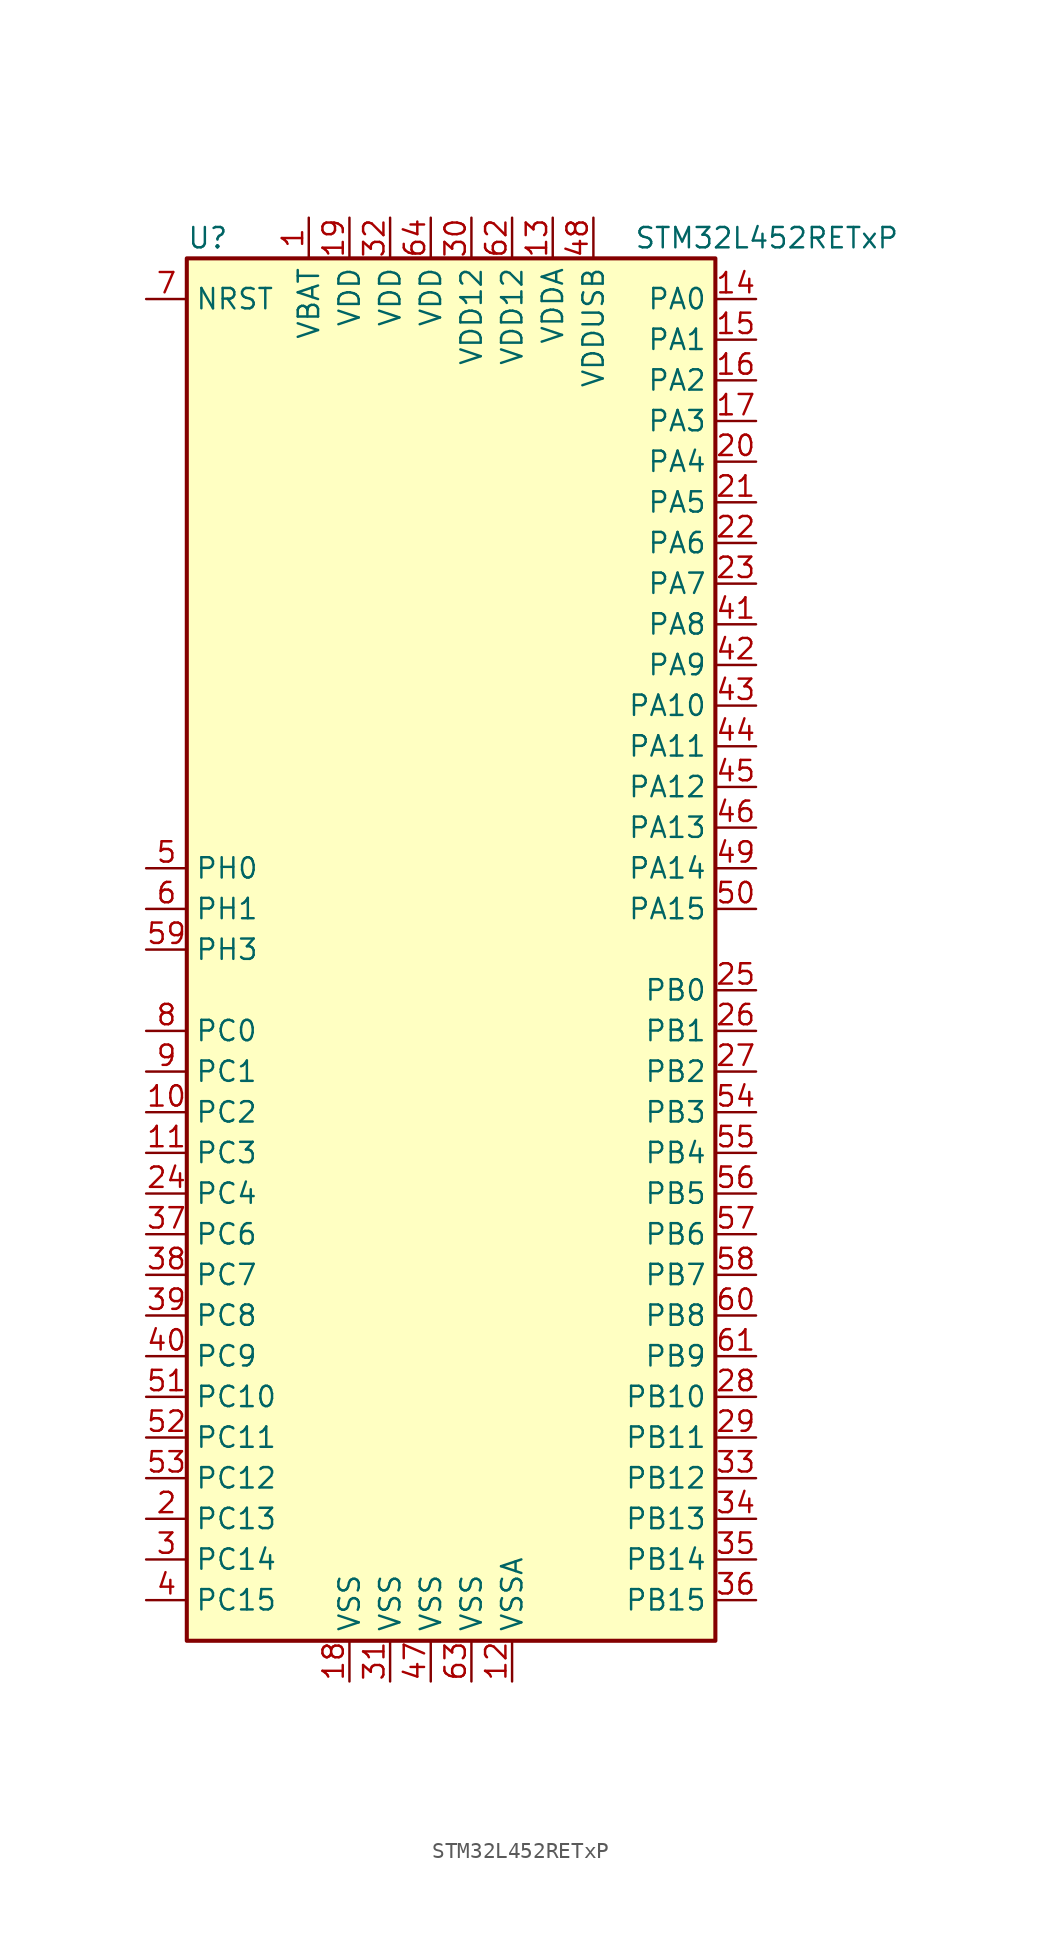
<source format=kicad_sym>
(kicad_symbol_lib
  (version 20201005)
  (generator kicad_symbol_editor)
  (symbol "STM32L452RETxP"
    (property "Reference" "U"
      (at -17.78 44.45 0)
      (effects (font (size 1.27 1.27)) (justify left)))
    (property "Value" "STM32L452RETxP"
      (at 10.16 44.45 0)
      (effects (font (size 1.27 1.27)) (justify left)))
    (symbol "STM32L452RETxP_0_1"
      (rectangle (start -17.78 -43.18) (end 15.24 43.18) (stroke (width 0.254)) (fill (type background))))
    (symbol "STM32L452RETxP_1_1"
      (pin power_in line (at -10.16 45.72 270) (length 2.54) (name "VBAT" (effects (font (size 1.27 1.27)))) (number "1" (effects (font (size 1.27 1.27)))))
      (pin bidirectional line (at -20.32 -10.16 0) (length 2.54) (name "PC2" (effects (font (size 1.27 1.27)))) (number "10" (effects (font (size 1.27 1.27)))))
      (pin bidirectional line (at -20.32 -12.7 0) (length 2.54) (name "PC3" (effects (font (size 1.27 1.27)))) (number "11" (effects (font (size 1.27 1.27)))))
      (pin power_in line (at 2.54 -45.72 90) (length 2.54) (name "VSSA" (effects (font (size 1.27 1.27)))) (number "12" (effects (font (size 1.27 1.27)))))
      (pin power_in line (at 5.08 45.72 270) (length 2.54) (name "VDDA" (effects (font (size 1.27 1.27)))) (number "13" (effects (font (size 1.27 1.27)))))
      (pin bidirectional line (at 17.78 40.64 180) (length 2.54) (name "PA0" (effects (font (size 1.27 1.27)))) (number "14" (effects (font (size 1.27 1.27)))))
      (pin bidirectional line (at 17.78 38.1 180) (length 2.54) (name "PA1" (effects (font (size 1.27 1.27)))) (number "15" (effects (font (size 1.27 1.27)))))
      (pin bidirectional line (at 17.78 35.56 180) (length 2.54) (name "PA2" (effects (font (size 1.27 1.27)))) (number "16" (effects (font (size 1.27 1.27)))))
      (pin bidirectional line (at 17.78 33.02 180) (length 2.54) (name "PA3" (effects (font (size 1.27 1.27)))) (number "17" (effects (font (size 1.27 1.27)))))
      (pin power_in line (at -7.62 -45.72 90) (length 2.54) (name "VSS" (effects (font (size 1.27 1.27)))) (number "18" (effects (font (size 1.27 1.27)))))
      (pin power_in line (at -7.62 45.72 270) (length 2.54) (name "VDD" (effects (font (size 1.27 1.27)))) (number "19" (effects (font (size 1.27 1.27)))))
      (pin bidirectional line (at -20.32 -35.56 0) (length 2.54) (name "PC13" (effects (font (size 1.27 1.27)))) (number "2" (effects (font (size 1.27 1.27)))))
      (pin bidirectional line (at 17.78 30.48 180) (length 2.54) (name "PA4" (effects (font (size 1.27 1.27)))) (number "20" (effects (font (size 1.27 1.27)))))
      (pin bidirectional line (at 17.78 27.94 180) (length 2.54) (name "PA5" (effects (font (size 1.27 1.27)))) (number "21" (effects (font (size 1.27 1.27)))))
      (pin bidirectional line (at 17.78 25.4 180) (length 2.54) (name "PA6" (effects (font (size 1.27 1.27)))) (number "22" (effects (font (size 1.27 1.27)))))
      (pin bidirectional line (at 17.78 22.86 180) (length 2.54) (name "PA7" (effects (font (size 1.27 1.27)))) (number "23" (effects (font (size 1.27 1.27)))))
      (pin bidirectional line (at -20.32 -15.24 0) (length 2.54) (name "PC4" (effects (font (size 1.27 1.27)))) (number "24" (effects (font (size 1.27 1.27)))))
      (pin bidirectional line (at 17.78 -2.54 180) (length 2.54) (name "PB0" (effects (font (size 1.27 1.27)))) (number "25" (effects (font (size 1.27 1.27)))))
      (pin bidirectional line (at 17.78 -5.08 180) (length 2.54) (name "PB1" (effects (font (size 1.27 1.27)))) (number "26" (effects (font (size 1.27 1.27)))))
      (pin bidirectional line (at 17.78 -7.62 180) (length 2.54) (name "PB2" (effects (font (size 1.27 1.27)))) (number "27" (effects (font (size 1.27 1.27)))))
      (pin bidirectional line (at 17.78 -27.94 180) (length 2.54) (name "PB10" (effects (font (size 1.27 1.27)))) (number "28" (effects (font (size 1.27 1.27)))))
      (pin bidirectional line (at 17.78 -30.48 180) (length 2.54) (name "PB11" (effects (font (size 1.27 1.27)))) (number "29" (effects (font (size 1.27 1.27)))))
      (pin bidirectional line (at -20.32 -38.1 0) (length 2.54) (name "PC14" (effects (font (size 1.27 1.27)))) (number "3" (effects (font (size 1.27 1.27)))))
      (pin power_in line (at 0 45.72 270) (length 2.54) (name "VDD12" (effects (font (size 1.27 1.27)))) (number "30" (effects (font (size 1.27 1.27)))))
      (pin power_in line (at -5.08 -45.72 90) (length 2.54) (name "VSS" (effects (font (size 1.27 1.27)))) (number "31" (effects (font (size 1.27 1.27)))))
      (pin power_in line (at -5.08 45.72 270) (length 2.54) (name "VDD" (effects (font (size 1.27 1.27)))) (number "32" (effects (font (size 1.27 1.27)))))
      (pin bidirectional line (at 17.78 -33.02 180) (length 2.54) (name "PB12" (effects (font (size 1.27 1.27)))) (number "33" (effects (font (size 1.27 1.27)))))
      (pin bidirectional line (at 17.78 -35.56 180) (length 2.54) (name "PB13" (effects (font (size 1.27 1.27)))) (number "34" (effects (font (size 1.27 1.27)))))
      (pin bidirectional line (at 17.78 -38.1 180) (length 2.54) (name "PB14" (effects (font (size 1.27 1.27)))) (number "35" (effects (font (size 1.27 1.27)))))
      (pin bidirectional line (at 17.78 -40.64 180) (length 2.54) (name "PB15" (effects (font (size 1.27 1.27)))) (number "36" (effects (font (size 1.27 1.27)))))
      (pin bidirectional line (at -20.32 -17.78 0) (length 2.54) (name "PC6" (effects (font (size 1.27 1.27)))) (number "37" (effects (font (size 1.27 1.27)))))
      (pin bidirectional line (at -20.32 -20.32 0) (length 2.54) (name "PC7" (effects (font (size 1.27 1.27)))) (number "38" (effects (font (size 1.27 1.27)))))
      (pin bidirectional line (at -20.32 -22.86 0) (length 2.54) (name "PC8" (effects (font (size 1.27 1.27)))) (number "39" (effects (font (size 1.27 1.27)))))
      (pin bidirectional line (at -20.32 -40.64 0) (length 2.54) (name "PC15" (effects (font (size 1.27 1.27)))) (number "4" (effects (font (size 1.27 1.27)))))
      (pin bidirectional line (at -20.32 -25.4 0) (length 2.54) (name "PC9" (effects (font (size 1.27 1.27)))) (number "40" (effects (font (size 1.27 1.27)))))
      (pin bidirectional line (at 17.78 20.32 180) (length 2.54) (name "PA8" (effects (font (size 1.27 1.27)))) (number "41" (effects (font (size 1.27 1.27)))))
      (pin bidirectional line (at 17.78 17.78 180) (length 2.54) (name "PA9" (effects (font (size 1.27 1.27)))) (number "42" (effects (font (size 1.27 1.27)))))
      (pin bidirectional line (at 17.78 15.24 180) (length 2.54) (name "PA10" (effects (font (size 1.27 1.27)))) (number "43" (effects (font (size 1.27 1.27)))))
      (pin bidirectional line (at 17.78 12.7 180) (length 2.54) (name "PA11" (effects (font (size 1.27 1.27)))) (number "44" (effects (font (size 1.27 1.27)))))
      (pin bidirectional line (at 17.78 10.16 180) (length 2.54) (name "PA12" (effects (font (size 1.27 1.27)))) (number "45" (effects (font (size 1.27 1.27)))))
      (pin bidirectional line (at 17.78 7.62 180) (length 2.54) (name "PA13" (effects (font (size 1.27 1.27)))) (number "46" (effects (font (size 1.27 1.27)))))
      (pin power_in line (at -2.54 -45.72 90) (length 2.54) (name "VSS" (effects (font (size 1.27 1.27)))) (number "47" (effects (font (size 1.27 1.27)))))
      (pin power_in line (at 7.62 45.72 270) (length 2.54) (name "VDDUSB" (effects (font (size 1.27 1.27)))) (number "48" (effects (font (size 1.27 1.27)))))
      (pin bidirectional line (at 17.78 5.08 180) (length 2.54) (name "PA14" (effects (font (size 1.27 1.27)))) (number "49" (effects (font (size 1.27 1.27)))))
      (pin input line (at -20.32 5.08 0) (length 2.54) (name "PH0" (effects (font (size 1.27 1.27)))) (number "5" (effects (font (size 1.27 1.27)))))
      (pin bidirectional line (at 17.78 2.54 180) (length 2.54) (name "PA15" (effects (font (size 1.27 1.27)))) (number "50" (effects (font (size 1.27 1.27)))))
      (pin bidirectional line (at -20.32 -27.94 0) (length 2.54) (name "PC10" (effects (font (size 1.27 1.27)))) (number "51" (effects (font (size 1.27 1.27)))))
      (pin bidirectional line (at -20.32 -30.48 0) (length 2.54) (name "PC11" (effects (font (size 1.27 1.27)))) (number "52" (effects (font (size 1.27 1.27)))))
      (pin bidirectional line (at -20.32 -33.02 0) (length 2.54) (name "PC12" (effects (font (size 1.27 1.27)))) (number "53" (effects (font (size 1.27 1.27)))))
      (pin bidirectional line (at 17.78 -10.16 180) (length 2.54) (name "PB3" (effects (font (size 1.27 1.27)))) (number "54" (effects (font (size 1.27 1.27)))))
      (pin bidirectional line (at 17.78 -12.7 180) (length 2.54) (name "PB4" (effects (font (size 1.27 1.27)))) (number "55" (effects (font (size 1.27 1.27)))))
      (pin bidirectional line (at 17.78 -15.24 180) (length 2.54) (name "PB5" (effects (font (size 1.27 1.27)))) (number "56" (effects (font (size 1.27 1.27)))))
      (pin bidirectional line (at 17.78 -17.78 180) (length 2.54) (name "PB6" (effects (font (size 1.27 1.27)))) (number "57" (effects (font (size 1.27 1.27)))))
      (pin bidirectional line (at 17.78 -20.32 180) (length 2.54) (name "PB7" (effects (font (size 1.27 1.27)))) (number "58" (effects (font (size 1.27 1.27)))))
      (pin bidirectional line (at -20.32 0 0) (length 2.54) (name "PH3" (effects (font (size 1.27 1.27)))) (number "59" (effects (font (size 1.27 1.27)))))
      (pin input line (at -20.32 2.54 0) (length 2.54) (name "PH1" (effects (font (size 1.27 1.27)))) (number "6" (effects (font (size 1.27 1.27)))))
      (pin bidirectional line (at 17.78 -22.86 180) (length 2.54) (name "PB8" (effects (font (size 1.27 1.27)))) (number "60" (effects (font (size 1.27 1.27)))))
      (pin bidirectional line (at 17.78 -25.4 180) (length 2.54) (name "PB9" (effects (font (size 1.27 1.27)))) (number "61" (effects (font (size 1.27 1.27)))))
      (pin power_in line (at 2.54 45.72 270) (length 2.54) (name "VDD12" (effects (font (size 1.27 1.27)))) (number "62" (effects (font (size 1.27 1.27)))))
      (pin power_in line (at 0 -45.72 90) (length 2.54) (name "VSS" (effects (font (size 1.27 1.27)))) (number "63" (effects (font (size 1.27 1.27)))))
      (pin power_in line (at -2.54 45.72 270) (length 2.54) (name "VDD" (effects (font (size 1.27 1.27)))) (number "64" (effects (font (size 1.27 1.27)))))
      (pin input line (at -20.32 40.64 0) (length 2.54) (name "NRST" (effects (font (size 1.27 1.27)))) (number "7" (effects (font (size 1.27 1.27)))))
      (pin bidirectional line (at -20.32 -5.08 0) (length 2.54) (name "PC0" (effects (font (size 1.27 1.27)))) (number "8" (effects (font (size 1.27 1.27)))))
      (pin bidirectional line (at -20.32 -7.62 0) (length 2.54) (name "PC1" (effects (font (size 1.27 1.27)))) (number "9" (effects (font (size 1.27 1.27))))))))
</source>
